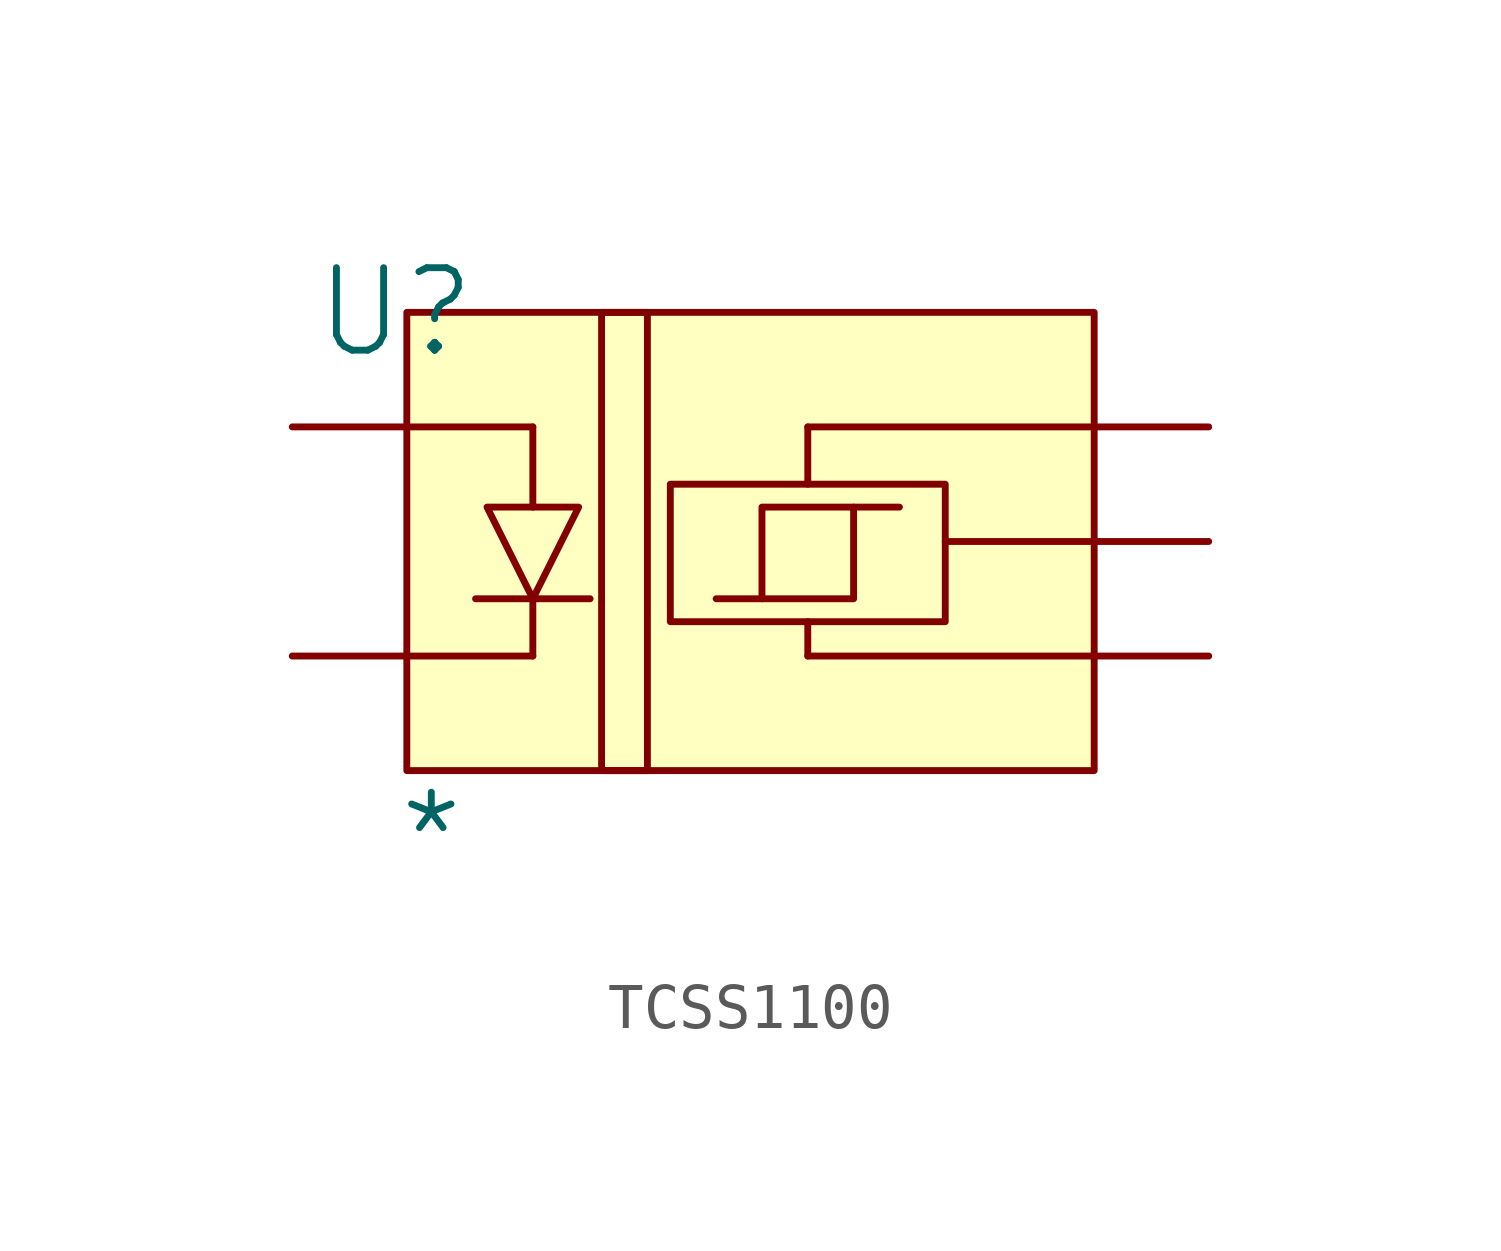
<source format=kicad_sym>
(kicad_symbol_lib
  (version 20241209)
  (generator "kicad_symbol_editor")
  (generator_version "9.0")
  (symbol "TCSS1100"
    (pin_numbers
      (hide yes))
    (pin_names
      (hide yes))
    (property "Reference" "U"
      (at -0.254 0 0)
      (effects (font (size 1.829 1.829))))
    (property "Value" "*"
      (at -0.254 -12.7 0)
      (effects (font (size 1.829 1.829)) (justify left bottom)))
    (symbol "TCSS1100_1_0"
      (polyline (pts (xy 0 -2.54) (xy 2.794 -2.54)) (stroke (width 0) (type solid)) (fill (type none)))
      (polyline (pts (xy 0 -7.62) (xy 2.794 -7.62)) (stroke (width 0) (type solid)) (fill (type none)))
      (polyline (pts (xy 1.524 -6.35) (xy 4.064 -6.35)) (stroke (width 0) (type solid)) (fill (type none)))
      (polyline (pts (xy 1.778 -4.318) (xy 3.81 -4.318) (xy 2.794 -6.35) (xy 1.778 -4.318)) (stroke (width 0) (type solid)) (fill (type none)))
      (polyline (pts (xy 2.794 -4.318) (xy 2.794 -2.54)) (stroke (width 0) (type solid)) (fill (type none)))
      (polyline (pts (xy 2.794 -7.62) (xy 2.794 -6.35)) (stroke (width 0) (type solid)) (fill (type none)))
      (rectangle (start 5.334 0) (end 4.318 -10.16) (stroke (width 0) (type solid) (color 128 0 0 1)) (fill (type background)))
      (polyline (pts (xy 7.874 -6.35) (xy 7.874 -4.318) (xy 10.922 -4.318)) (stroke (width 0) (type solid)) (fill (type none)))
      (polyline (pts (xy 8.89 -2.54) (xy 15.24 -2.54)) (stroke (width 0) (type solid)) (fill (type none)))
      (polyline (pts (xy 8.89 -3.81) (xy 8.89 -2.54)) (stroke (width 0) (type solid)) (fill (type none)))
      (polyline (pts (xy 8.89 -6.858) (xy 8.89 -7.62)) (stroke (width 0) (type solid)) (fill (type none)))
      (polyline (pts (xy 8.89 -7.62) (xy 15.24 -7.62)) (stroke (width 0) (type solid)) (fill (type none)))
      (polyline (pts (xy 9.906 -4.318) (xy 9.906 -6.35) (xy 6.858 -6.35)) (stroke (width 0) (type solid)) (fill (type none)))
      (rectangle (start 11.938 -3.81) (end 5.842 -6.858) (stroke (width 0) (type solid) (color 128 0 0 1)) (fill (type background)))
      (polyline (pts (xy 11.938 -5.08) (xy 15.24 -5.08)) (stroke (width 0) (type solid)) (fill (type none)))
      (rectangle (start 15.24 0) (end 0 -10.16) (stroke (width 0) (type solid) (color 128 0 0 1)) (fill (type background)))
      (pin passive line (at -2.54 -2.54 0) (length 2.54) (name "++" (effects (font (size 1.27 1.27)))) (number "5" (effects (font (size 1.27 1.27)))))
      (pin passive line (at -2.54 -7.62 0) (length 2.54) (name "E" (effects (font (size 1.27 1.27)))) (number "1" (effects (font (size 1.27 1.27)))))
      (pin passive line (at 17.78 -2.54 180) (length 2.54) (name "D" (effects (font (size 1.27 1.27)))) (number "4" (effects (font (size 1.27 1.27)))))
      (pin passive line (at 17.78 -5.08 180) (length 2.54) (name "V0" (effects (font (size 1.27 1.27)))) (number "3" (effects (font (size 1.27 1.27)))))
      (pin passive line (at 17.78 -7.62 180) (length 2.54) (name "+" (effects (font (size 1.27 1.27)))) (number "2" (effects (font (size 1.27 1.27))))))))
</source>
